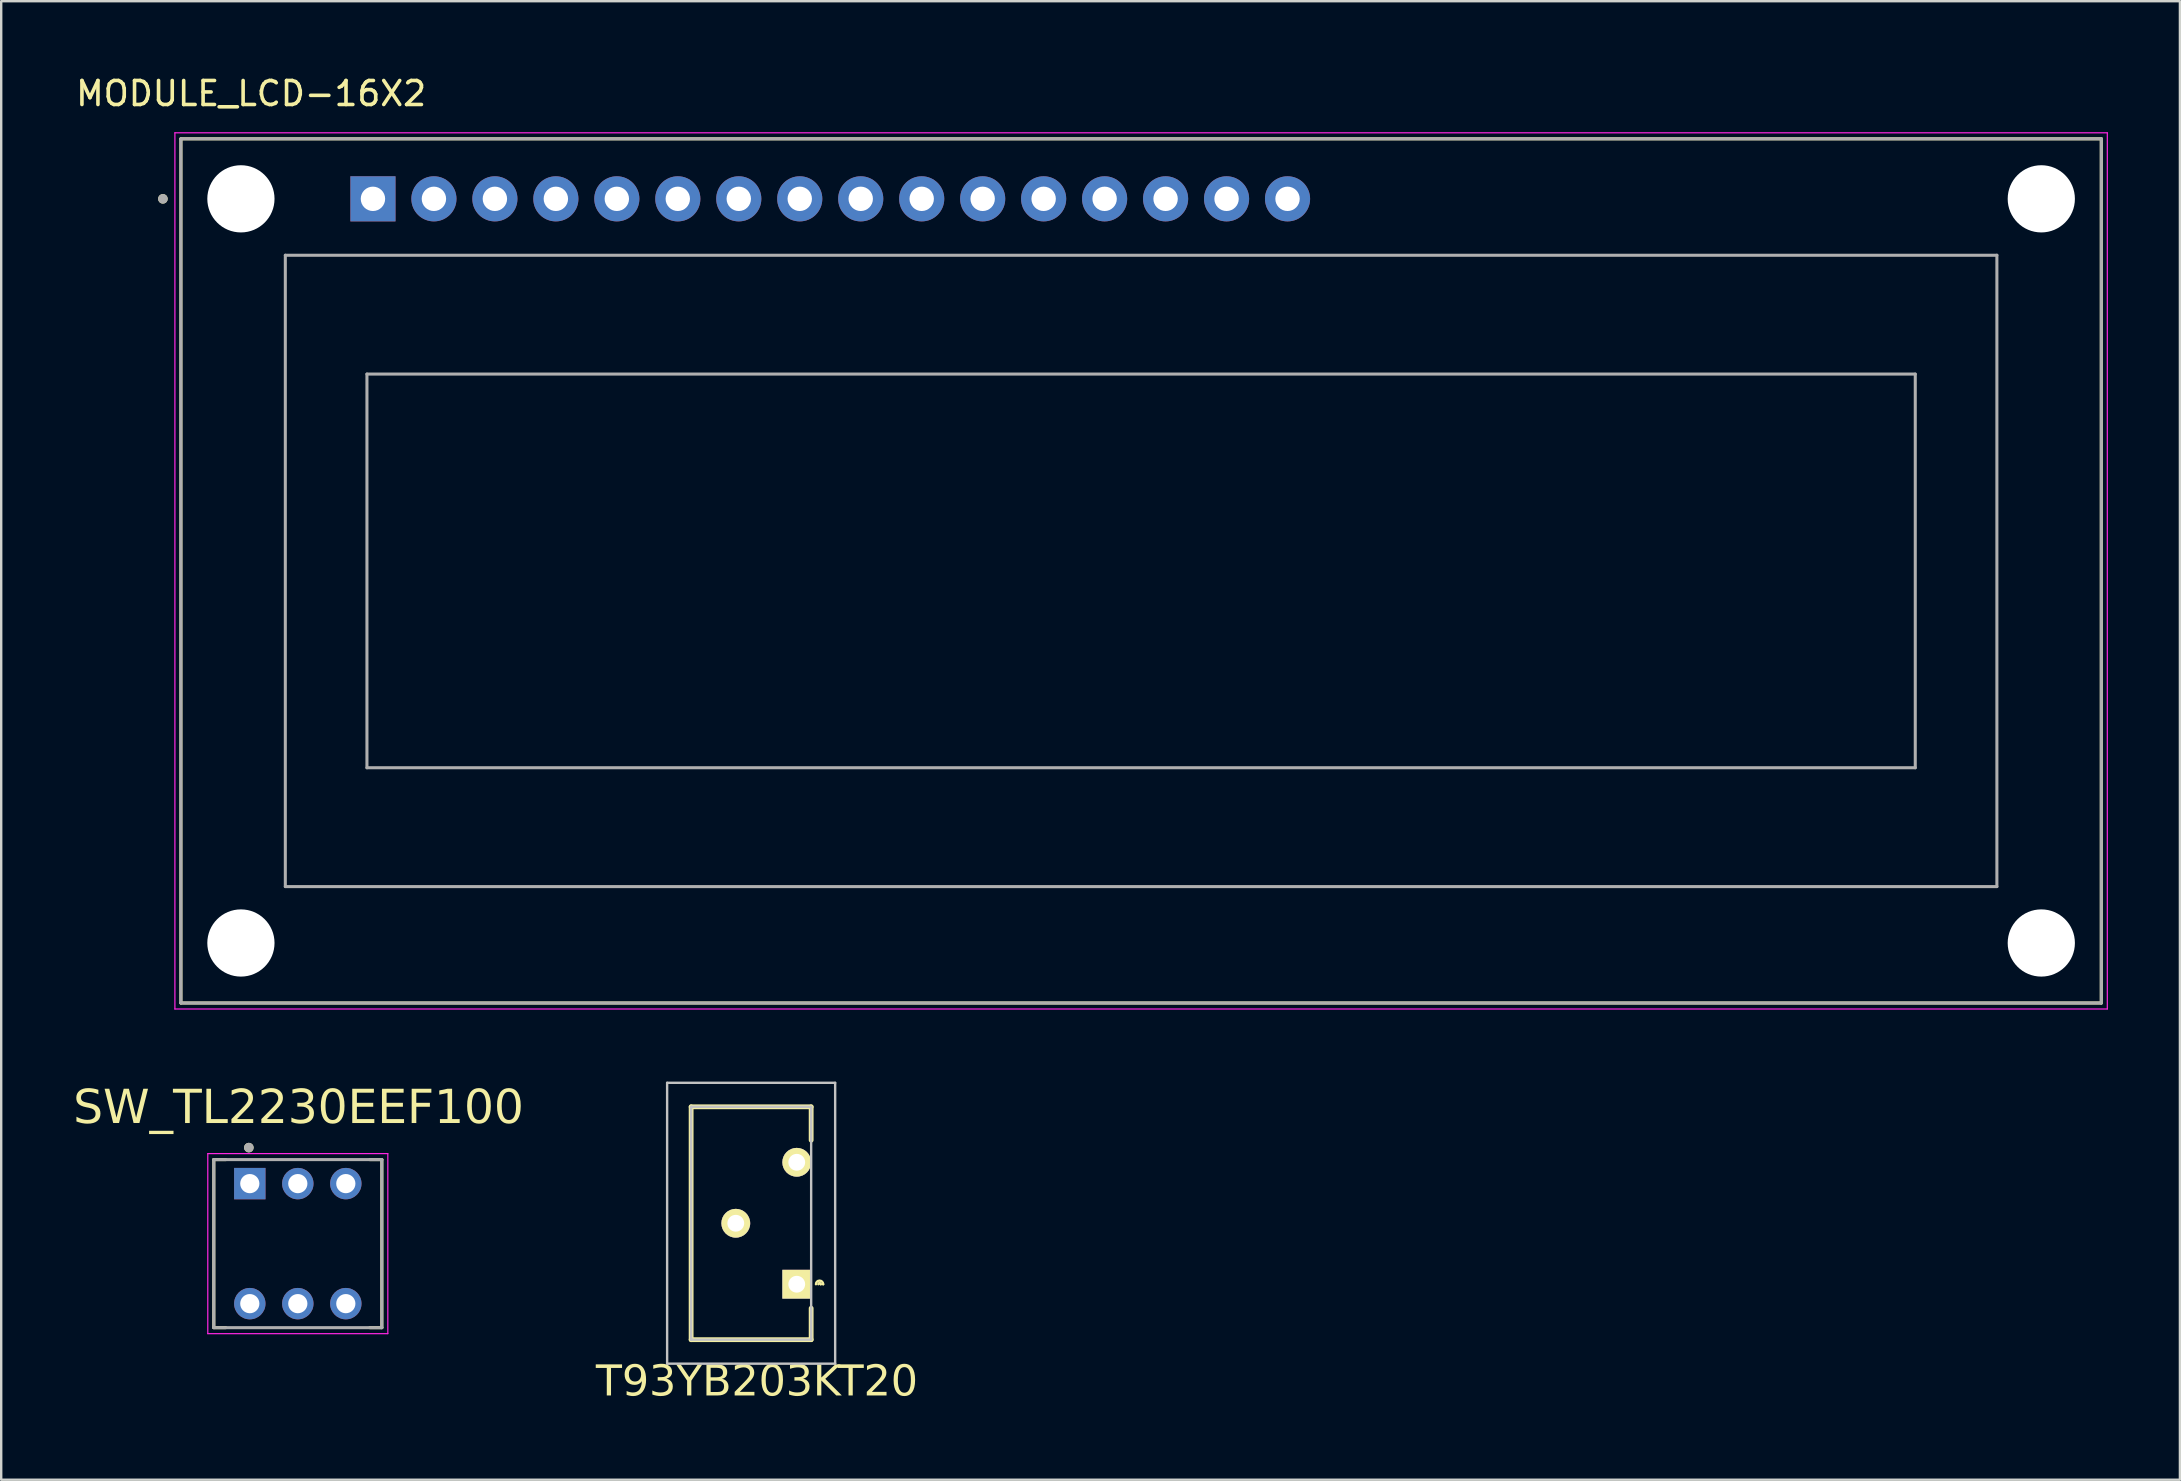
<source format=kicad_pcb>
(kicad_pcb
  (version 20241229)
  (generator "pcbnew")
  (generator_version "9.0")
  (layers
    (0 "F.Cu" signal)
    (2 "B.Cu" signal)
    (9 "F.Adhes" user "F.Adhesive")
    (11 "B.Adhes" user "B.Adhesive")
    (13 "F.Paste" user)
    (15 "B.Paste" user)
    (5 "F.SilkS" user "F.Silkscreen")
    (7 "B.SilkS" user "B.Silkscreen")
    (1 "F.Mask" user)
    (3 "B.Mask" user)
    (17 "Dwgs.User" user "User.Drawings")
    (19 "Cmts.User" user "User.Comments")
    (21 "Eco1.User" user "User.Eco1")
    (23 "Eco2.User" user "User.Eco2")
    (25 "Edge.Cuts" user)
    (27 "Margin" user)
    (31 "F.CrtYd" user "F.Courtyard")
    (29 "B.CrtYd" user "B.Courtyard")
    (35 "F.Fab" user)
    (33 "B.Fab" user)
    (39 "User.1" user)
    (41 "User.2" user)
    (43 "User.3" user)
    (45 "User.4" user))
  (footprint "MODULE_LCD-16X2"
    (layer "F.Cu")
    (at 44.486 20.733)
    (property "Reference" "MODULE_LCD-16X2" (at -37.075 -19.885 0) (layer "F.SilkS") (effects (font (size 1 1) (thickness 0.15))))
    (attr through_hole)
    (fp_line (start -40 -18) (end 40 -18) (stroke (width 0.127) (type solid)) (layer "F.SilkS"))
    (fp_line (start -40 18) (end -40 -18) (stroke (width 0.127) (type solid)) (layer "F.SilkS"))
    (fp_line (start 40 -18) (end 40 18) (stroke (width 0.127) (type solid)) (layer "F.SilkS"))
    (fp_line (start 40 18) (end -40 18) (stroke (width 0.127) (type solid)) (layer "F.SilkS"))
    (fp_circle (center -40.75 -15.5) (end -40.65 -15.5) (stroke (width 0.2) (type solid)) (fill no) (layer "F.SilkS"))
    (fp_line (start -40.25 -18.25) (end -40.25 18.25) (stroke (width 0.05) (type solid)) (layer "F.CrtYd"))
    (fp_line (start -40.25 18.25) (end 40.25 18.25) (stroke (width 0.05) (type solid)) (layer "F.CrtYd"))
    (fp_line (start 40.25 -18.25) (end -40.25 -18.25) (stroke (width 0.05) (type solid)) (layer "F.CrtYd"))
    (fp_line (start 40.25 18.25) (end 40.25 -18.25) (stroke (width 0.05) (type solid)) (layer "F.CrtYd"))
    (fp_line (start -40 -18) (end 40 -18) (stroke (width 0.127) (type solid)) (layer "F.Fab"))
    (fp_line (start -40 18) (end -40 -18) (stroke (width 0.127) (type solid)) (layer "F.Fab"))
    (fp_line (start -35.65 -13.15) (end 35.65 -13.15) (stroke (width 0.127) (type solid)) (layer "F.Fab"))
    (fp_line (start -35.65 13.15) (end -35.65 -13.15) (stroke (width 0.127) (type solid)) (layer "F.Fab"))
    (fp_line (start -32.25 -8.2) (end 32.25 -8.2) (stroke (width 0.127) (type solid)) (layer "F.Fab"))
    (fp_line (start -32.25 8.2) (end -32.25 -8.2) (stroke (width 0.127) (type solid)) (layer "F.Fab"))
    (fp_line (start 32.25 -8.2) (end 32.25 8.2) (stroke (width 0.127) (type solid)) (layer "F.Fab"))
    (fp_line (start 32.25 8.2) (end -32.25 8.2) (stroke (width 0.127) (type solid)) (layer "F.Fab"))
    (fp_line (start 35.65 -13.15) (end 35.65 13.15) (stroke (width 0.127) (type solid)) (layer "F.Fab"))
    (fp_line (start 35.65 13.15) (end -35.65 13.15) (stroke (width 0.127) (type solid)) (layer "F.Fab"))
    (fp_line (start 40 -18) (end 40 18) (stroke (width 0.127) (type solid)) (layer "F.Fab"))
    (fp_line (start 40 18) (end -40 18) (stroke (width 0.127) (type solid)) (layer "F.Fab"))
    (fp_circle (center -40.75 -15.5) (end -40.65 -15.5) (stroke (width 0.2) (type solid)) (fill no) (layer "F.Fab"))
    (pad "" np_thru_hole circle (at -37.5 -15.5) (size 2.8 2.8) (drill 2.8) (layers "*.Cu" "*.Mask"))
    (pad "" np_thru_hole circle (at -37.5 15.5) (size 2.8 2.8) (drill 2.8) (layers "*.Cu" "*.Mask"))
    (pad "" np_thru_hole circle (at 37.5 -15.5) (size 2.8 2.8) (drill 2.8) (layers "*.Cu" "*.Mask"))
    (pad "" np_thru_hole circle (at 37.5 15.5) (size 2.8 2.8) (drill 2.8) (layers "*.Cu" "*.Mask"))
    (pad "1" thru_hole rect (at -32 -15.5) (size 1.88 1.88) (drill 1.016) (layers "*.Cu" "*.Mask"))
    (pad "2" thru_hole circle (at -29.46 -15.5) (size 1.88 1.88) (drill 1.016) (layers "*.Cu" "*.Mask"))
    (pad "3" thru_hole circle (at -26.92 -15.5) (size 1.88 1.88) (drill 1.016) (layers "*.Cu" "*.Mask"))
    (pad "4" thru_hole circle (at -24.38 -15.5) (size 1.88 1.88) (drill 1.016) (layers "*.Cu" "*.Mask"))
    (pad "5" thru_hole circle (at -21.84 -15.5) (size 1.88 1.88) (drill 1.016) (layers "*.Cu" "*.Mask"))
    (pad "6" thru_hole circle (at -19.3 -15.5) (size 1.88 1.88) (drill 1.016) (layers "*.Cu" "*.Mask"))
    (pad "7" thru_hole circle (at -16.76 -15.5) (size 1.88 1.88) (drill 1.016) (layers "*.Cu" "*.Mask"))
    (pad "8" thru_hole circle (at -14.22 -15.5) (size 1.88 1.88) (drill 1.016) (layers "*.Cu" "*.Mask"))
    (pad "9" thru_hole circle (at -11.68 -15.5) (size 1.88 1.88) (drill 1.016) (layers "*.Cu" "*.Mask"))
    (pad "10" thru_hole circle (at -9.14 -15.5) (size 1.88 1.88) (drill 1.016) (layers "*.Cu" "*.Mask"))
    (pad "11" thru_hole circle (at -6.6 -15.5) (size 1.88 1.88) (drill 1.016) (layers "*.Cu" "*.Mask"))
    (pad "12" thru_hole circle (at -4.06 -15.5) (size 1.88 1.88) (drill 1.016) (layers "*.Cu" "*.Mask"))
    (pad "13" thru_hole circle (at -1.52 -15.5) (size 1.88 1.88) (drill 1.016) (layers "*.Cu" "*.Mask"))
    (pad "14" thru_hole circle (at 1.02 -15.5) (size 1.88 1.88) (drill 1.016) (layers "*.Cu" "*.Mask"))
    (pad "15" thru_hole circle (at 3.56 -15.5) (size 1.88 1.88) (drill 1.016) (layers "*.Cu" "*.Mask"))
    (pad "16" thru_hole circle (at 6.1 -15.5) (size 1.88 1.88) (drill 1.016) (layers "*.Cu" "*.Mask")))
  (footprint "SW_TL2230EEF100"
    (layer "F.Cu")
    (at 9.356 48.757)
    (property "Reference" "SW_TL2230EEF100" (at 0.03 -5.605 0) (layer "F.SilkS") (effects (font (face "Simpsonfont") (size 1.4 1.4) (thickness 0.15))))
    (attr through_hole)
    (fp_line (start -3.5 -3.5) (end -3 -3.5) (stroke (width 0.127) (type solid)) (layer "F.SilkS"))
    (fp_line (start -3.5 3.5) (end -3.5 -3.5) (stroke (width 0.127) (type solid)) (layer "F.SilkS"))
    (fp_line (start -3.5 3.5) (end -3 3.5) (stroke (width 0.127) (type solid)) (layer "F.SilkS"))
    (fp_line (start 3 -3.5) (end 3.5 -3.5) (stroke (width 0.127) (type solid)) (layer "F.SilkS"))
    (fp_line (start 3 3.5) (end 3.5 3.5) (stroke (width 0.127) (type solid)) (layer "F.SilkS"))
    (fp_line (start 3.5 -3.5) (end 3.5 3.5) (stroke (width 0.127) (type solid)) (layer "F.SilkS"))
    (fp_circle (center -2.04 -4) (end -1.94 -4) (stroke (width 0.2) (type solid)) (fill no) (layer "F.SilkS"))
    (fp_line (start -3.75 -3.75) (end 3.75 -3.75) (stroke (width 0.05) (type solid)) (layer "F.CrtYd"))
    (fp_line (start -3.75 3.75) (end -3.75 -3.75) (stroke (width 0.05) (type solid)) (layer "F.CrtYd"))
    (fp_line (start 3.75 -3.75) (end 3.75 3.75) (stroke (width 0.05) (type solid)) (layer "F.CrtYd"))
    (fp_line (start 3.75 3.75) (end -3.75 3.75) (stroke (width 0.05) (type solid)) (layer "F.CrtYd"))
    (fp_line (start -3.5 -3.5) (end 3.5 -3.5) (stroke (width 0.127) (type solid)) (layer "F.Fab"))
    (fp_line (start -3.5 3.5) (end -3.5 -3.5) (stroke (width 0.127) (type solid)) (layer "F.Fab"))
    (fp_line (start 3.5 -3.5) (end 3.5 3.5) (stroke (width 0.127) (type solid)) (layer "F.Fab"))
    (fp_line (start 3.5 3.5) (end -3.5 3.5) (stroke (width 0.127) (type solid)) (layer "F.Fab"))
    (fp_circle (center -2.04 -4) (end -1.94 -4) (stroke (width 0.2) (type solid)) (fill no) (layer "F.Fab"))
    (pad "1" thru_hole rect (at -2 -2.5) (size 1.308 1.308) (drill 0.8) (layers "*.Cu" "*.Mask"))
    (pad "2" thru_hole circle (at 0 -2.5) (size 1.308 1.308) (drill 0.8) (layers "*.Cu" "*.Mask"))
    (pad "3" thru_hole circle (at 2 -2.5) (size 1.308 1.308) (drill 0.8) (layers "*.Cu" "*.Mask"))
    (pad "4" thru_hole circle (at -2 2.5) (size 1.308 1.308) (drill 0.8) (layers "*.Cu" "*.Mask"))
    (pad "5" thru_hole circle (at 0 2.5) (size 1.308 1.308) (drill 0.8) (layers "*.Cu" "*.Mask"))
    (pad "6" thru_hole circle (at 2 2.5) (size 1.308 1.308) (drill 0.8) (layers "*.Cu" "*.Mask")))
  (footprint "T93YB203KT20"
    (layer "F.Cu")
    (at 30.141 50.448)
    (property "Reference" "T93YB203KT20" (at -1.66 4.107 0) (unlocked yes) (layer "F.SilkS") (effects (font (face "Simpsonfont") (size 1.27 1.27) (thickness 0.254))))
    (attr through_hole exclude_from_pos_files)
    (fp_line (start -4.4 -7.39) (end 0.6 -7.39) (stroke (width 0.2) (type solid)) (layer "F.SilkS"))
    (fp_line (start -4.4 2.31) (end -4.4 -7.39) (stroke (width 0.2) (type solid)) (layer "F.SilkS"))
    (fp_line (start 0.6 -7.39) (end 0.6 -6) (stroke (width 0.2) (type solid)) (layer "F.SilkS"))
    (fp_line (start 0.6 1) (end 0.6 2.31) (stroke (width 0.2) (type solid)) (layer "F.SilkS"))
    (fp_line (start 0.6 2.31) (end -4.4 2.31) (stroke (width 0.2) (type solid)) (layer "F.SilkS"))
    (fp_line (start 1 0) (end 1 0) (stroke (width 0.1) (type solid)) (layer "F.SilkS"))
    (fp_line (start 1.1 0) (end 1.1 0) (stroke (width 0.1) (type solid)) (layer "F.SilkS"))
    (fp_arc (start 0.8 0) (mid 0.95 -0.15) (end 1.1 0) (stroke (width 0.1) (type solid)) (layer "F.SilkS"))
    (fp_arc (start 0.9 0) (mid 0.95 -0.05) (end 1 0) (stroke (width 0.1) (type solid)) (layer "F.SilkS"))
    (fp_line (start -5.4 -8.39) (end -5.4 3.31) (stroke (width 0.1) (type solid)) (layer "Dwgs.User"))
    (fp_line (start -5.4 3.31) (end 1.6 3.31) (stroke (width 0.1) (type solid)) (layer "Dwgs.User"))
    (fp_line (start -4.4 -7.39) (end -4.4 2.31) (stroke (width 0.1) (type solid)) (layer "Dwgs.User"))
    (fp_line (start -4.4 2.31) (end 0.6 2.31) (stroke (width 0.1) (type solid)) (layer "Dwgs.User"))
    (fp_line (start 0.6 -7.39) (end -4.4 -7.39) (stroke (width 0.1) (type solid)) (layer "Dwgs.User"))
    (fp_line (start 0.6 2.31) (end 0.6 -7.39) (stroke (width 0.1) (type solid)) (layer "Dwgs.User"))
    (fp_line (start 1.6 -8.39) (end -5.4 -8.39) (stroke (width 0.1) (type solid)) (layer "Dwgs.User"))
    (fp_line (start 1.6 3.31) (end 1.6 -8.39) (stroke (width 0.1) (type solid)) (layer "Dwgs.User"))
    (pad "A1" thru_hole rect (at 0 0 90) (size 1.2 1.2) (drill 0.7) (layers "*.Cu" "*.Mask" "F.SilkS"))
    (pad "B1" thru_hole circle (at -2.54 -2.54 90) (size 1.2 1.2) (drill 0.7) (layers "*.Cu" "*.Mask" "F.SilkS"))
    (pad "C1" thru_hole circle (at 0 -5.08 90) (size 1.2 1.2) (drill 0.7) (layers "*.Cu" "*.Mask" "F.SilkS")))
  (gr_rect
    (start -3 -3)
    (end 87.761 58.593)
    (stroke (width 0.1) (type default))
    (fill no)
    (layer "Edge.Cuts")))
</source>
